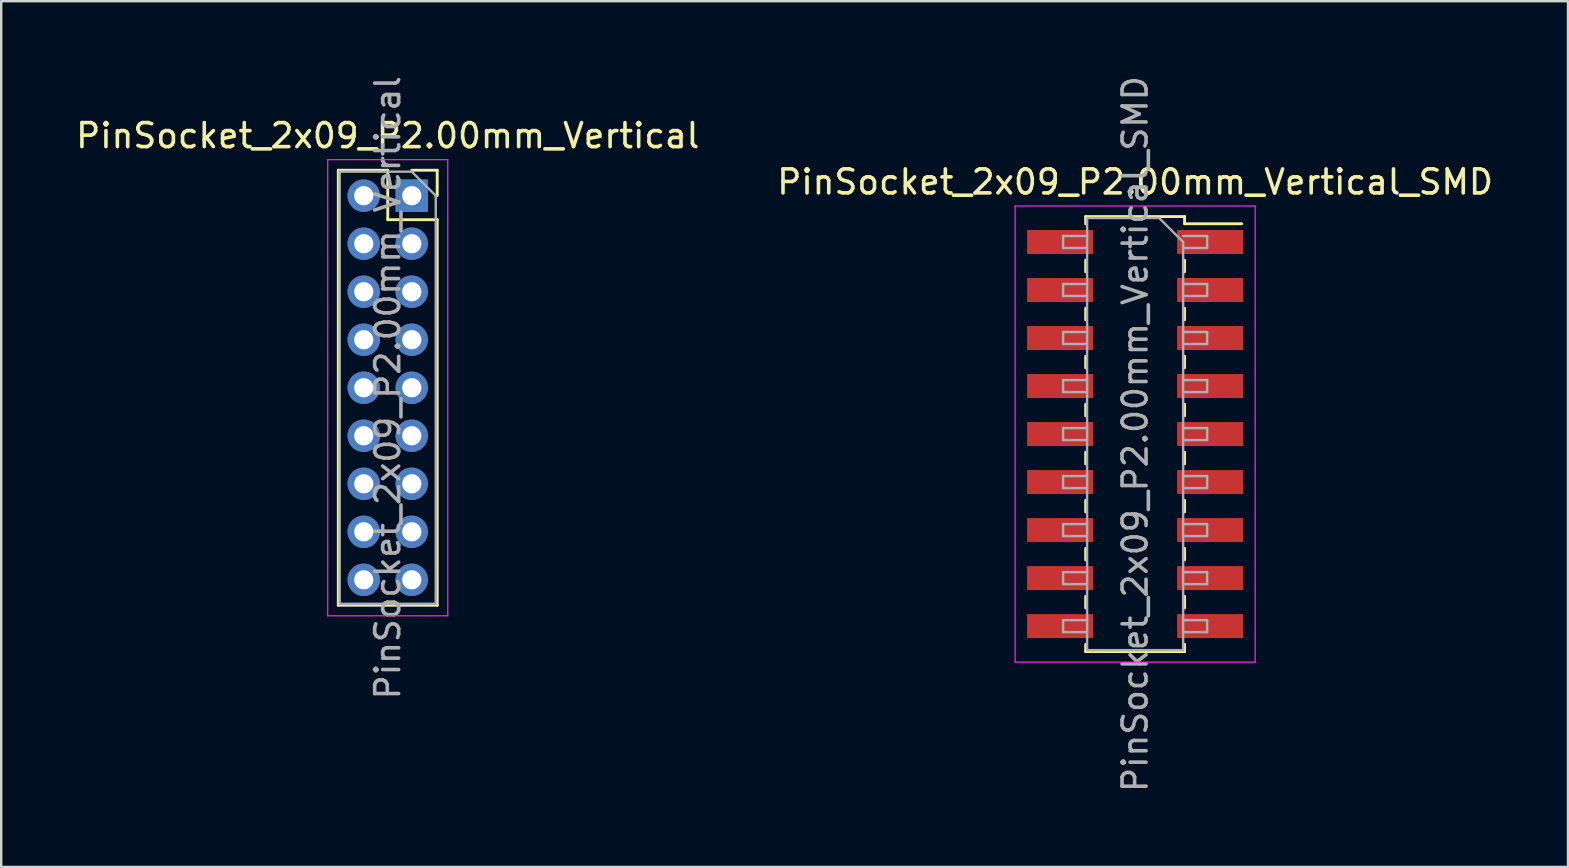
<source format=kicad_pcb>
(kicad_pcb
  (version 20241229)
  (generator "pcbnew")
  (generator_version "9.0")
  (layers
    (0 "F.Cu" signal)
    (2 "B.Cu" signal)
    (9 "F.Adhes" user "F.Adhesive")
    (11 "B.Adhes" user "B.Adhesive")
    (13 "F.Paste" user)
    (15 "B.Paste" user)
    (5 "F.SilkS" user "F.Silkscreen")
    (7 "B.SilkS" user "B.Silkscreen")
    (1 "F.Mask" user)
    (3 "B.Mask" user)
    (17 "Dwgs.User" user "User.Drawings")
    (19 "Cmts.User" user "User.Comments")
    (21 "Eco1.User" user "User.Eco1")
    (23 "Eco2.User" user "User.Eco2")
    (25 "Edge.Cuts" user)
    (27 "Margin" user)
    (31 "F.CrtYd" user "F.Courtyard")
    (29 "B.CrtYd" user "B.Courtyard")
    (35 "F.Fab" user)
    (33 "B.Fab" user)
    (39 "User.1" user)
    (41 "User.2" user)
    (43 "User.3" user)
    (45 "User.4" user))
  (footprint "PinSocket_2x09_P2.00mm_Vertical"
    (layer "F.Cu")
    (at 14.101 5.101)
    (property "Reference" "PinSocket_2x09_P2.00mm_Vertical" (at -1 -2.5 0) (layer "F.SilkS") (effects (font (size 1 1) (thickness 0.15))))
    (attr through_hole)
    (fp_line (start -3.06 -1.06) (end -3.06 17.06) (stroke (width 0.12) (type solid)) (layer "F.SilkS"))
    (fp_line (start -3.06 -1.06) (end -1 -1.06) (stroke (width 0.12) (type solid)) (layer "F.SilkS"))
    (fp_line (start -3.06 17.06) (end 1.06 17.06) (stroke (width 0.12) (type solid)) (layer "F.SilkS"))
    (fp_line (start -1 -1.06) (end -1 1) (stroke (width 0.12) (type solid)) (layer "F.SilkS"))
    (fp_line (start -1 1) (end 1.06 1) (stroke (width 0.12) (type solid)) (layer "F.SilkS"))
    (fp_line (start 0 -1.06) (end 1.06 -1.06) (stroke (width 0.12) (type solid)) (layer "F.SilkS"))
    (fp_line (start 1.06 -1.06) (end 1.06 0) (stroke (width 0.12) (type solid)) (layer "F.SilkS"))
    (fp_line (start 1.06 1) (end 1.06 17.06) (stroke (width 0.12) (type solid)) (layer "F.SilkS"))
    (fp_line (start -3.5 -1.5) (end 1.5 -1.5) (stroke (width 0.05) (type solid)) (layer "F.CrtYd"))
    (fp_line (start -3.5 17.5) (end -3.5 -1.5) (stroke (width 0.05) (type solid)) (layer "F.CrtYd"))
    (fp_line (start 1.5 -1.5) (end 1.5 17.5) (stroke (width 0.05) (type solid)) (layer "F.CrtYd"))
    (fp_line (start 1.5 17.5) (end -3.5 17.5) (stroke (width 0.05) (type solid)) (layer "F.CrtYd"))
    (fp_line (start -3 -1) (end 0 -1) (stroke (width 0.1) (type solid)) (layer "F.Fab"))
    (fp_line (start -3 17) (end -3 -1) (stroke (width 0.1) (type solid)) (layer "F.Fab"))
    (fp_line (start 0 -1) (end 1 0) (stroke (width 0.1) (type solid)) (layer "F.Fab"))
    (fp_line (start 1 0) (end 1 17) (stroke (width 0.1) (type solid)) (layer "F.Fab"))
    (fp_line (start 1 17) (end -3 17) (stroke (width 0.1) (type solid)) (layer "F.Fab"))
    (fp_text user "${REFERENCE}" (at -1 8 90) (layer "F.Fab") (effects (font (size 1 1) (thickness 0.15))))
    (pad "1" thru_hole rect (at 0 0) (size 1.35 1.35) (drill 0.8) (layers "*.Cu" "*.Mask"))
    (pad "2" thru_hole oval (at -2 0) (size 1.35 1.35) (drill 0.8) (layers "*.Cu" "*.Mask"))
    (pad "3" thru_hole oval (at 0 2) (size 1.35 1.35) (drill 0.8) (layers "*.Cu" "*.Mask"))
    (pad "4" thru_hole oval (at -2 2) (size 1.35 1.35) (drill 0.8) (layers "*.Cu" "*.Mask"))
    (pad "5" thru_hole oval (at 0 4) (size 1.35 1.35) (drill 0.8) (layers "*.Cu" "*.Mask"))
    (pad "6" thru_hole oval (at -2 4) (size 1.35 1.35) (drill 0.8) (layers "*.Cu" "*.Mask"))
    (pad "7" thru_hole oval (at 0 6) (size 1.35 1.35) (drill 0.8) (layers "*.Cu" "*.Mask"))
    (pad "8" thru_hole oval (at -2 6) (size 1.35 1.35) (drill 0.8) (layers "*.Cu" "*.Mask"))
    (pad "9" thru_hole oval (at 0 8) (size 1.35 1.35) (drill 0.8) (layers "*.Cu" "*.Mask"))
    (pad "10" thru_hole oval (at -2 8) (size 1.35 1.35) (drill 0.8) (layers "*.Cu" "*.Mask"))
    (pad "11" thru_hole oval (at 0 10) (size 1.35 1.35) (drill 0.8) (layers "*.Cu" "*.Mask"))
    (pad "12" thru_hole oval (at -2 10) (size 1.35 1.35) (drill 0.8) (layers "*.Cu" "*.Mask"))
    (pad "13" thru_hole oval (at 0 12) (size 1.35 1.35) (drill 0.8) (layers "*.Cu" "*.Mask"))
    (pad "14" thru_hole oval (at -2 12) (size 1.35 1.35) (drill 0.8) (layers "*.Cu" "*.Mask"))
    (pad "15" thru_hole oval (at 0 14) (size 1.35 1.35) (drill 0.8) (layers "*.Cu" "*.Mask"))
    (pad "16" thru_hole oval (at -2 14) (size 1.35 1.35) (drill 0.8) (layers "*.Cu" "*.Mask"))
    (pad "17" thru_hole oval (at 0 16) (size 1.35 1.35) (drill 0.8) (layers "*.Cu" "*.Mask"))
    (pad "18" thru_hole oval (at -2 16) (size 1.35 1.35) (drill 0.8) (layers "*.Cu" "*.Mask")))
  (footprint "PinSocket_2x09_P2.00mm_Vertical_SMD"
    (layer "F.Cu")
    (at 44.232 15.03)
    (property "Reference" "PinSocket_2x09_P2.00mm_Vertical_SMD" (at 0 -10.5 0) (layer "F.SilkS") (effects (font (size 1 1) (thickness 0.15))))
    (attr smd)
    (fp_line (start -2.06 -9.06) (end -2.06 -8.76) (stroke (width 0.12) (type solid)) (layer "F.SilkS"))
    (fp_line (start -2.06 -9.06) (end 2.06 -9.06) (stroke (width 0.12) (type solid)) (layer "F.SilkS"))
    (fp_line (start -2.06 -7.24) (end -2.06 -6.76) (stroke (width 0.12) (type solid)) (layer "F.SilkS"))
    (fp_line (start -2.06 -5.24) (end -2.06 -4.76) (stroke (width 0.12) (type solid)) (layer "F.SilkS"))
    (fp_line (start -2.06 -3.24) (end -2.06 -2.76) (stroke (width 0.12) (type solid)) (layer "F.SilkS"))
    (fp_line (start -2.06 -1.24) (end -2.06 -0.76) (stroke (width 0.12) (type solid)) (layer "F.SilkS"))
    (fp_line (start -2.06 0.76) (end -2.06 1.24) (stroke (width 0.12) (type solid)) (layer "F.SilkS"))
    (fp_line (start -2.06 2.76) (end -2.06 3.24) (stroke (width 0.12) (type solid)) (layer "F.SilkS"))
    (fp_line (start -2.06 4.76) (end -2.06 5.24) (stroke (width 0.12) (type solid)) (layer "F.SilkS"))
    (fp_line (start -2.06 6.76) (end -2.06 7.24) (stroke (width 0.12) (type solid)) (layer "F.SilkS"))
    (fp_line (start -2.06 8.76) (end -2.06 9.06) (stroke (width 0.12) (type solid)) (layer "F.SilkS"))
    (fp_line (start -2.06 9.06) (end 2.06 9.06) (stroke (width 0.12) (type solid)) (layer "F.SilkS"))
    (fp_line (start 2.06 -9.06) (end 2.06 -8.76) (stroke (width 0.12) (type solid)) (layer "F.SilkS"))
    (fp_line (start 2.06 -8.76) (end 4.44 -8.76) (stroke (width 0.12) (type solid)) (layer "F.SilkS"))
    (fp_line (start 2.06 -7.24) (end 2.06 -6.76) (stroke (width 0.12) (type solid)) (layer "F.SilkS"))
    (fp_line (start 2.06 -5.24) (end 2.06 -4.76) (stroke (width 0.12) (type solid)) (layer "F.SilkS"))
    (fp_line (start 2.06 -3.24) (end 2.06 -2.76) (stroke (width 0.12) (type solid)) (layer "F.SilkS"))
    (fp_line (start 2.06 -1.24) (end 2.06 -0.76) (stroke (width 0.12) (type solid)) (layer "F.SilkS"))
    (fp_line (start 2.06 0.76) (end 2.06 1.24) (stroke (width 0.12) (type solid)) (layer "F.SilkS"))
    (fp_line (start 2.06 2.76) (end 2.06 3.24) (stroke (width 0.12) (type solid)) (layer "F.SilkS"))
    (fp_line (start 2.06 4.76) (end 2.06 5.24) (stroke (width 0.12) (type solid)) (layer "F.SilkS"))
    (fp_line (start 2.06 6.76) (end 2.06 7.24) (stroke (width 0.12) (type solid)) (layer "F.SilkS"))
    (fp_line (start 2.06 8.76) (end 2.06 9.06) (stroke (width 0.12) (type solid)) (layer "F.SilkS"))
    (fp_line (start -5 -9.5) (end 5 -9.5) (stroke (width 0.05) (type solid)) (layer "F.CrtYd"))
    (fp_line (start -5 9.5) (end -5 -9.5) (stroke (width 0.05) (type solid)) (layer "F.CrtYd"))
    (fp_line (start 5 -9.5) (end 5 9.5) (stroke (width 0.05) (type solid)) (layer "F.CrtYd"))
    (fp_line (start 5 9.5) (end -5 9.5) (stroke (width 0.05) (type solid)) (layer "F.CrtYd"))
    (fp_line (start -3 -8.25) (end -2 -8.25) (stroke (width 0.1) (type solid)) (layer "F.Fab"))
    (fp_line (start -3 -7.75) (end -3 -8.25) (stroke (width 0.1) (type solid)) (layer "F.Fab"))
    (fp_line (start -3 -6.25) (end -2 -6.25) (stroke (width 0.1) (type solid)) (layer "F.Fab"))
    (fp_line (start -3 -5.75) (end -3 -6.25) (stroke (width 0.1) (type solid)) (layer "F.Fab"))
    (fp_line (start -3 -4.25) (end -2 -4.25) (stroke (width 0.1) (type solid)) (layer "F.Fab"))
    (fp_line (start -3 -3.75) (end -3 -4.25) (stroke (width 0.1) (type solid)) (layer "F.Fab"))
    (fp_line (start -3 -2.25) (end -2 -2.25) (stroke (width 0.1) (type solid)) (layer "F.Fab"))
    (fp_line (start -3 -1.75) (end -3 -2.25) (stroke (width 0.1) (type solid)) (layer "F.Fab"))
    (fp_line (start -3 -0.25) (end -2 -0.25) (stroke (width 0.1) (type solid)) (layer "F.Fab"))
    (fp_line (start -3 0.25) (end -3 -0.25) (stroke (width 0.1) (type solid)) (layer "F.Fab"))
    (fp_line (start -3 1.75) (end -2 1.75) (stroke (width 0.1) (type solid)) (layer "F.Fab"))
    (fp_line (start -3 2.25) (end -3 1.75) (stroke (width 0.1) (type solid)) (layer "F.Fab"))
    (fp_line (start -3 3.75) (end -2 3.75) (stroke (width 0.1) (type solid)) (layer "F.Fab"))
    (fp_line (start -3 4.25) (end -3 3.75) (stroke (width 0.1) (type solid)) (layer "F.Fab"))
    (fp_line (start -3 5.75) (end -2 5.75) (stroke (width 0.1) (type solid)) (layer "F.Fab"))
    (fp_line (start -3 6.25) (end -3 5.75) (stroke (width 0.1) (type solid)) (layer "F.Fab"))
    (fp_line (start -3 7.75) (end -2 7.75) (stroke (width 0.1) (type solid)) (layer "F.Fab"))
    (fp_line (start -3 8.25) (end -3 7.75) (stroke (width 0.1) (type solid)) (layer "F.Fab"))
    (fp_line (start -2 -9) (end 1 -9) (stroke (width 0.1) (type solid)) (layer "F.Fab"))
    (fp_line (start -2 -7.75) (end -3 -7.75) (stroke (width 0.1) (type solid)) (layer "F.Fab"))
    (fp_line (start -2 -5.75) (end -3 -5.75) (stroke (width 0.1) (type solid)) (layer "F.Fab"))
    (fp_line (start -2 -3.75) (end -3 -3.75) (stroke (width 0.1) (type solid)) (layer "F.Fab"))
    (fp_line (start -2 -1.75) (end -3 -1.75) (stroke (width 0.1) (type solid)) (layer "F.Fab"))
    (fp_line (start -2 0.25) (end -3 0.25) (stroke (width 0.1) (type solid)) (layer "F.Fab"))
    (fp_line (start -2 2.25) (end -3 2.25) (stroke (width 0.1) (type solid)) (layer "F.Fab"))
    (fp_line (start -2 4.25) (end -3 4.25) (stroke (width 0.1) (type solid)) (layer "F.Fab"))
    (fp_line (start -2 6.25) (end -3 6.25) (stroke (width 0.1) (type solid)) (layer "F.Fab"))
    (fp_line (start -2 8.25) (end -3 8.25) (stroke (width 0.1) (type solid)) (layer "F.Fab"))
    (fp_line (start -2 9) (end -2 -9) (stroke (width 0.1) (type solid)) (layer "F.Fab"))
    (fp_line (start 1 -9) (end 2 -8) (stroke (width 0.1) (type solid)) (layer "F.Fab"))
    (fp_line (start 2 -8.25) (end 3 -8.25) (stroke (width 0.1) (type solid)) (layer "F.Fab"))
    (fp_line (start 2 -8) (end 2 9) (stroke (width 0.1) (type solid)) (layer "F.Fab"))
    (fp_line (start 2 -6.25) (end 3 -6.25) (stroke (width 0.1) (type solid)) (layer "F.Fab"))
    (fp_line (start 2 -4.25) (end 3 -4.25) (stroke (width 0.1) (type solid)) (layer "F.Fab"))
    (fp_line (start 2 -2.25) (end 3 -2.25) (stroke (width 0.1) (type solid)) (layer "F.Fab"))
    (fp_line (start 2 -0.25) (end 3 -0.25) (stroke (width 0.1) (type solid)) (layer "F.Fab"))
    (fp_line (start 2 1.75) (end 3 1.75) (stroke (width 0.1) (type solid)) (layer "F.Fab"))
    (fp_line (start 2 3.75) (end 3 3.75) (stroke (width 0.1) (type solid)) (layer "F.Fab"))
    (fp_line (start 2 5.75) (end 3 5.75) (stroke (width 0.1) (type solid)) (layer "F.Fab"))
    (fp_line (start 2 7.75) (end 3 7.75) (stroke (width 0.1) (type solid)) (layer "F.Fab"))
    (fp_line (start 2 9) (end -2 9) (stroke (width 0.1) (type solid)) (layer "F.Fab"))
    (fp_line (start 3 -8.25) (end 3 -7.75) (stroke (width 0.1) (type solid)) (layer "F.Fab"))
    (fp_line (start 3 -7.75) (end 2 -7.75) (stroke (width 0.1) (type solid)) (layer "F.Fab"))
    (fp_line (start 3 -6.25) (end 3 -5.75) (stroke (width 0.1) (type solid)) (layer "F.Fab"))
    (fp_line (start 3 -5.75) (end 2 -5.75) (stroke (width 0.1) (type solid)) (layer "F.Fab"))
    (fp_line (start 3 -4.25) (end 3 -3.75) (stroke (width 0.1) (type solid)) (layer "F.Fab"))
    (fp_line (start 3 -3.75) (end 2 -3.75) (stroke (width 0.1) (type solid)) (layer "F.Fab"))
    (fp_line (start 3 -2.25) (end 3 -1.75) (stroke (width 0.1) (type solid)) (layer "F.Fab"))
    (fp_line (start 3 -1.75) (end 2 -1.75) (stroke (width 0.1) (type solid)) (layer "F.Fab"))
    (fp_line (start 3 -0.25) (end 3 0.25) (stroke (width 0.1) (type solid)) (layer "F.Fab"))
    (fp_line (start 3 0.25) (end 2 0.25) (stroke (width 0.1) (type solid)) (layer "F.Fab"))
    (fp_line (start 3 1.75) (end 3 2.25) (stroke (width 0.1) (type solid)) (layer "F.Fab"))
    (fp_line (start 3 2.25) (end 2 2.25) (stroke (width 0.1) (type solid)) (layer "F.Fab"))
    (fp_line (start 3 3.75) (end 3 4.25) (stroke (width 0.1) (type solid)) (layer "F.Fab"))
    (fp_line (start 3 4.25) (end 2 4.25) (stroke (width 0.1) (type solid)) (layer "F.Fab"))
    (fp_line (start 3 5.75) (end 3 6.25) (stroke (width 0.1) (type solid)) (layer "F.Fab"))
    (fp_line (start 3 6.25) (end 2 6.25) (stroke (width 0.1) (type solid)) (layer "F.Fab"))
    (fp_line (start 3 7.75) (end 3 8.25) (stroke (width 0.1) (type solid)) (layer "F.Fab"))
    (fp_line (start 3 8.25) (end 2 8.25) (stroke (width 0.1) (type solid)) (layer "F.Fab"))
    (fp_text user "${REFERENCE}" (at 0 0 90) (layer "F.Fab") (effects (font (size 1 1) (thickness 0.15))))
    (pad "1" smd rect (at 3.125 -8) (size 2.75 1) (layers "F.Cu" "F.Mask" "F.Paste"))
    (pad "2" smd rect (at -3.125 -8) (size 2.75 1) (layers "F.Cu" "F.Mask" "F.Paste"))
    (pad "3" smd rect (at 3.125 -6) (size 2.75 1) (layers "F.Cu" "F.Mask" "F.Paste"))
    (pad "4" smd rect (at -3.125 -6) (size 2.75 1) (layers "F.Cu" "F.Mask" "F.Paste"))
    (pad "5" smd rect (at 3.125 -4) (size 2.75 1) (layers "F.Cu" "F.Mask" "F.Paste"))
    (pad "6" smd rect (at -3.125 -4) (size 2.75 1) (layers "F.Cu" "F.Mask" "F.Paste"))
    (pad "7" smd rect (at 3.125 -2) (size 2.75 1) (layers "F.Cu" "F.Mask" "F.Paste"))
    (pad "8" smd rect (at -3.125 -2) (size 2.75 1) (layers "F.Cu" "F.Mask" "F.Paste"))
    (pad "9" smd rect (at 3.125 0) (size 2.75 1) (layers "F.Cu" "F.Mask" "F.Paste"))
    (pad "10" smd rect (at -3.125 0) (size 2.75 1) (layers "F.Cu" "F.Mask" "F.Paste"))
    (pad "11" smd rect (at 3.125 2) (size 2.75 1) (layers "F.Cu" "F.Mask" "F.Paste"))
    (pad "12" smd rect (at -3.125 2) (size 2.75 1) (layers "F.Cu" "F.Mask" "F.Paste"))
    (pad "13" smd rect (at 3.125 4) (size 2.75 1) (layers "F.Cu" "F.Mask" "F.Paste"))
    (pad "14" smd rect (at -3.125 4) (size 2.75 1) (layers "F.Cu" "F.Mask" "F.Paste"))
    (pad "15" smd rect (at 3.125 6) (size 2.75 1) (layers "F.Cu" "F.Mask" "F.Paste"))
    (pad "16" smd rect (at -3.125 6) (size 2.75 1) (layers "F.Cu" "F.Mask" "F.Paste"))
    (pad "17" smd rect (at 3.125 8) (size 2.75 1) (layers "F.Cu" "F.Mask" "F.Paste"))
    (pad "18" smd rect (at -3.125 8) (size 2.75 1) (layers "F.Cu" "F.Mask" "F.Paste")))
  (gr_rect
    (start -3 -3)
    (end 62.262 33.06)
    (stroke (width 0.1) (type default))
    (fill no)
    (layer "Edge.Cuts")))
</source>
